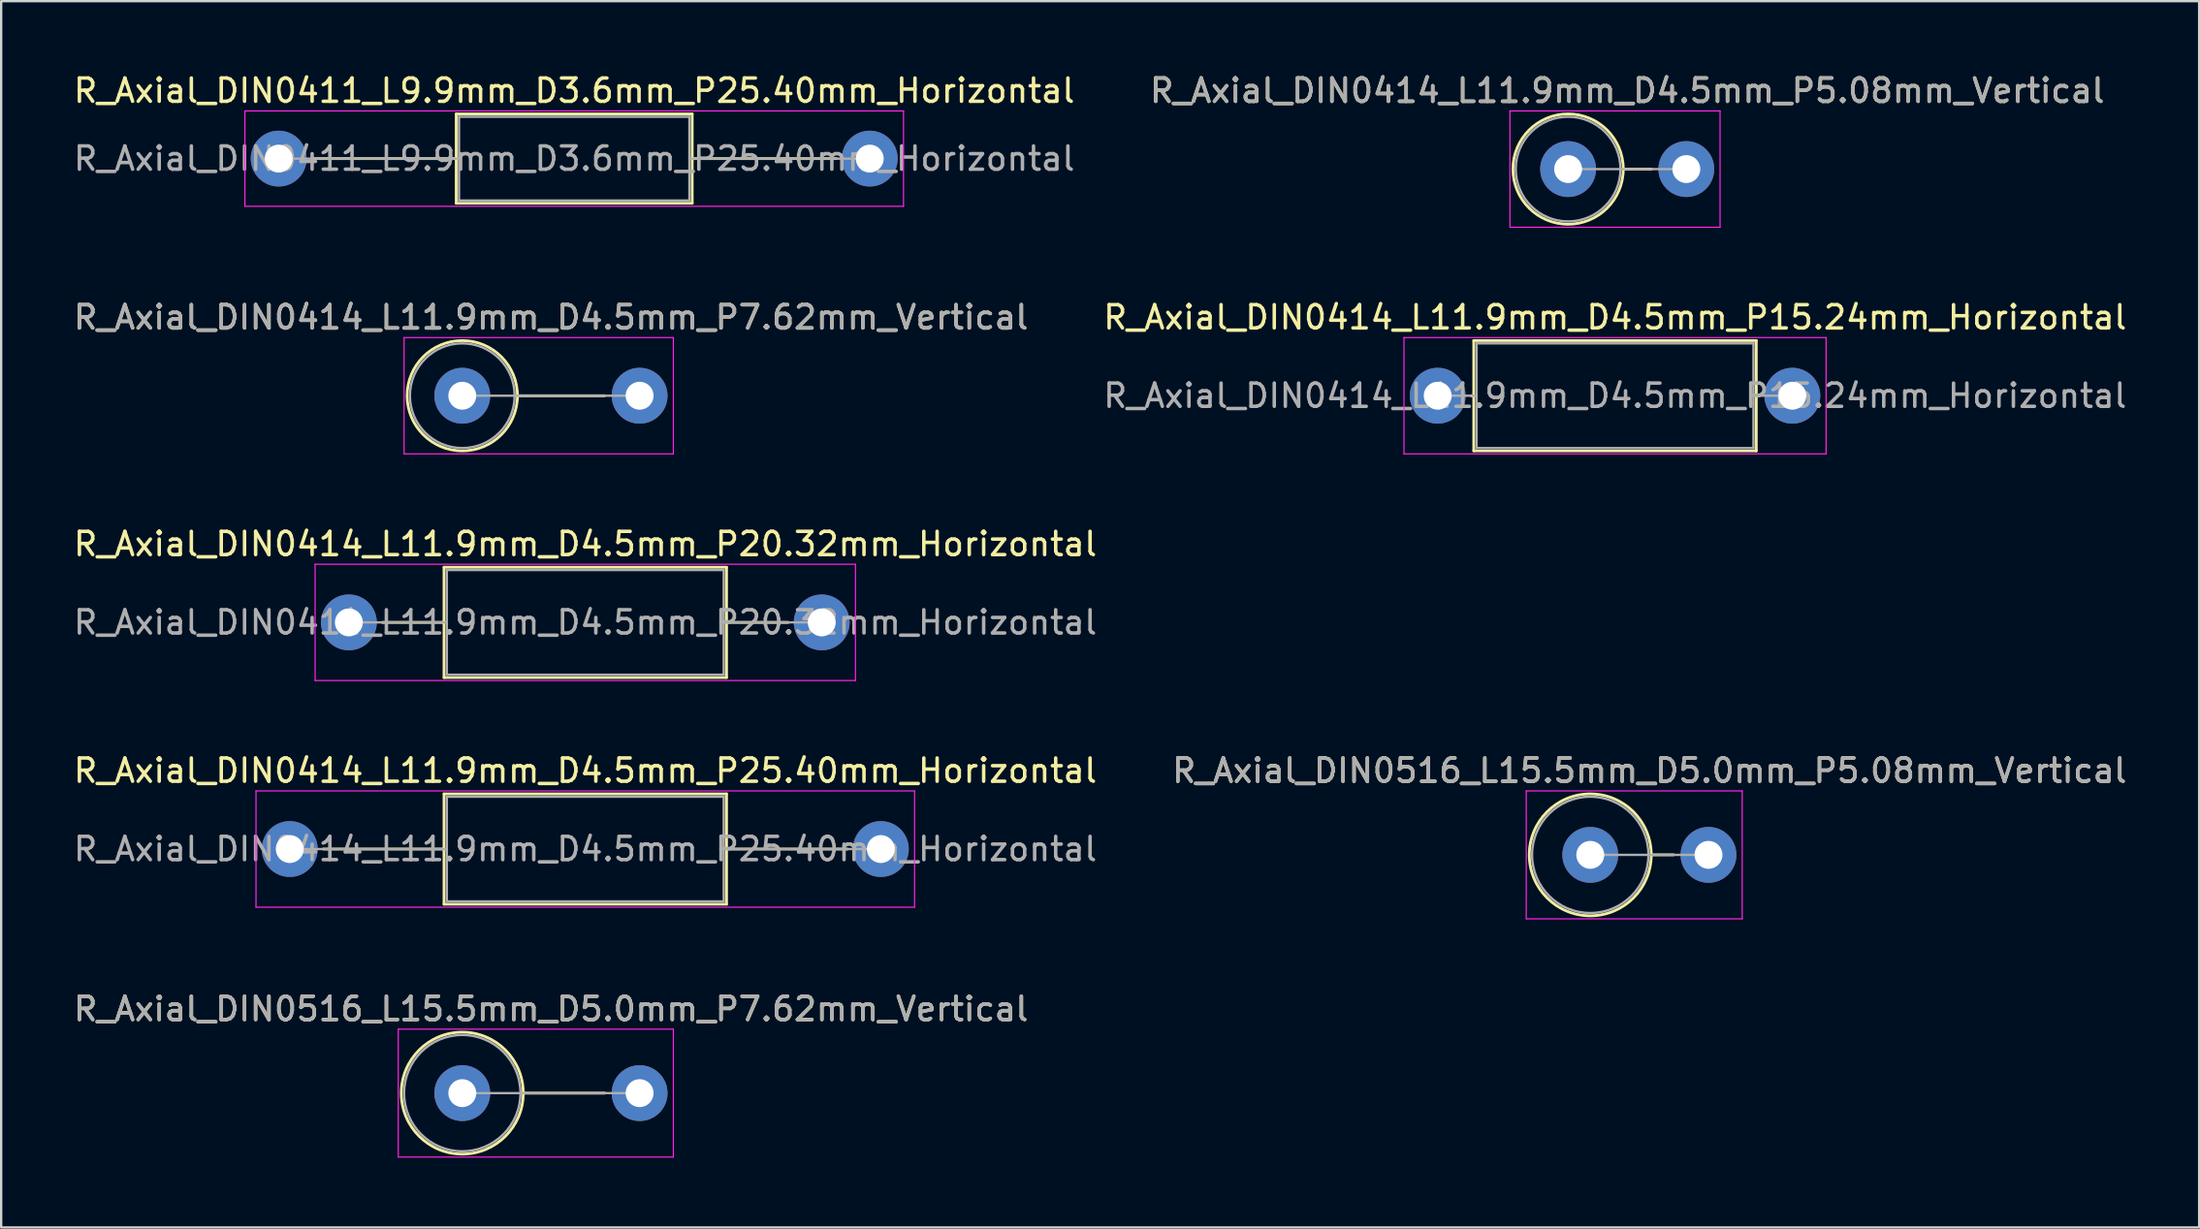
<source format=kicad_pcb>
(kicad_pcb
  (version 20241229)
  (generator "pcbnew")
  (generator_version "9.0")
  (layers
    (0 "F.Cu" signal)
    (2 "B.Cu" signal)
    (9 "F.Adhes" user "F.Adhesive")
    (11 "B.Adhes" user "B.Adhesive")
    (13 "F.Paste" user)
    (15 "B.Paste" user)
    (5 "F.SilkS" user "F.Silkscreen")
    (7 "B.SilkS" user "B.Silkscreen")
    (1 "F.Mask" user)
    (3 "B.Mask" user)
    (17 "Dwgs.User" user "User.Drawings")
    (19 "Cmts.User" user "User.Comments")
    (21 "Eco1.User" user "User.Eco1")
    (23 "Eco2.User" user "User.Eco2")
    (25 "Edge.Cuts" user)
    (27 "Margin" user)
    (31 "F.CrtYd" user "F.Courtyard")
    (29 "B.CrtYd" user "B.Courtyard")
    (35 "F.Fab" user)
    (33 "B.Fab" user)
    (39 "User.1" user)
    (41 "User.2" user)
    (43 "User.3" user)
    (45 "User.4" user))
  (footprint "R_Axial_DIN0516_L15.5mm_D5.0mm_P7.62mm_Vertical"
    (layer "F.Cu")
    (at 16.815 43.941)
    (property "Reference" "R_Axial_DIN0516_L15.5mm_D5.0mm_P7.62mm_Vertical" (at 3.81 -3.62 0) (layer "F.SilkS") (effects (font (size 1 1) (thickness 0.15))))
    (attr through_hole)
    (fp_line (start 2.62 0) (end 6.12 0) (stroke (width 0.12) (type solid)) (layer "F.SilkS"))
    (fp_circle (center 0 0) (end 2.62 0) (stroke (width 0.12) (type solid)) (fill no) (layer "F.SilkS"))
    (fp_line (start -2.75 -2.75) (end -2.75 2.75) (stroke (width 0.05) (type solid)) (layer "F.CrtYd"))
    (fp_line (start -2.75 2.75) (end 9.07 2.75) (stroke (width 0.05) (type solid)) (layer "F.CrtYd"))
    (fp_line (start 9.07 -2.75) (end -2.75 -2.75) (stroke (width 0.05) (type solid)) (layer "F.CrtYd"))
    (fp_line (start 9.07 2.75) (end 9.07 -2.75) (stroke (width 0.05) (type solid)) (layer "F.CrtYd"))
    (fp_line (start 0 0) (end 7.62 0) (stroke (width 0.1) (type solid)) (layer "F.Fab"))
    (fp_circle (center 0 0) (end 2.5 0) (stroke (width 0.1) (type solid)) (fill no) (layer "F.Fab"))
    (fp_text user "${REFERENCE}" (at 3.81 -3.62 0) (layer "F.Fab") (effects (font (size 1 1) (thickness 0.15))))
    (pad "1" thru_hole circle (at 0 0) (size 2.4 2.4) (drill 1.2) (layers "*.Cu" "*.Mask"))
    (pad "2" thru_hole oval (at 7.62 0) (size 2.4 2.4) (drill 1.2) (layers "*.Cu" "*.Mask")))
  (footprint "R_Axial_DIN0414_L11.9mm_D4.5mm_P25.40mm_Horizontal"
    (layer "F.Cu")
    (at 9.401 33.448)
    (property "Reference" "R_Axial_DIN0414_L11.9mm_D4.5mm_P25.40mm_Horizontal" (at 12.7 -3.37 0) (layer "F.SilkS") (effects (font (size 1 1) (thickness 0.15))))
    (attr through_hole)
    (fp_line (start 1.44 0) (end 6.63 0) (stroke (width 0.12) (type solid)) (layer "F.SilkS"))
    (fp_line (start 6.63 -2.37) (end 6.63 2.37) (stroke (width 0.12) (type solid)) (layer "F.SilkS"))
    (fp_line (start 6.63 2.37) (end 18.77 2.37) (stroke (width 0.12) (type solid)) (layer "F.SilkS"))
    (fp_line (start 18.77 -2.37) (end 6.63 -2.37) (stroke (width 0.12) (type solid)) (layer "F.SilkS"))
    (fp_line (start 18.77 2.37) (end 18.77 -2.37) (stroke (width 0.12) (type solid)) (layer "F.SilkS"))
    (fp_line (start 23.96 0) (end 18.77 0) (stroke (width 0.12) (type solid)) (layer "F.SilkS"))
    (fp_line (start -1.45 -2.5) (end -1.45 2.5) (stroke (width 0.05) (type solid)) (layer "F.CrtYd"))
    (fp_line (start -1.45 2.5) (end 26.85 2.5) (stroke (width 0.05) (type solid)) (layer "F.CrtYd"))
    (fp_line (start 26.85 -2.5) (end -1.45 -2.5) (stroke (width 0.05) (type solid)) (layer "F.CrtYd"))
    (fp_line (start 26.85 2.5) (end 26.85 -2.5) (stroke (width 0.05) (type solid)) (layer "F.CrtYd"))
    (fp_line (start 0 0) (end 6.75 0) (stroke (width 0.1) (type solid)) (layer "F.Fab"))
    (fp_line (start 6.75 -2.25) (end 6.75 2.25) (stroke (width 0.1) (type solid)) (layer "F.Fab"))
    (fp_line (start 6.75 2.25) (end 18.65 2.25) (stroke (width 0.1) (type solid)) (layer "F.Fab"))
    (fp_line (start 18.65 -2.25) (end 6.75 -2.25) (stroke (width 0.1) (type solid)) (layer "F.Fab"))
    (fp_line (start 18.65 2.25) (end 18.65 -2.25) (stroke (width 0.1) (type solid)) (layer "F.Fab"))
    (fp_line (start 25.4 0) (end 18.65 0) (stroke (width 0.1) (type solid)) (layer "F.Fab"))
    (fp_text user "${REFERENCE}" (at 12.7 0 0) (layer "F.Fab") (effects (font (size 1 1) (thickness 0.15))))
    (pad "1" thru_hole circle (at 0 0) (size 2.4 2.4) (drill 1.2) (layers "*.Cu" "*.Mask"))
    (pad "2" thru_hole oval (at 25.4 0) (size 2.4 2.4) (drill 1.2) (layers "*.Cu" "*.Mask")))
  (footprint "R_Axial_DIN0414_L11.9mm_D4.5mm_P5.08mm_Vertical"
    (layer "F.Cu")
    (at 64.335 4.218)
    (property "Reference" "R_Axial_DIN0414_L11.9mm_D4.5mm_P5.08mm_Vertical" (at 2.54 -3.37 0) (layer "F.SilkS") (effects (font (size 1 1) (thickness 0.15))))
    (attr through_hole)
    (fp_line (start 2.37 0) (end 3.58 0) (stroke (width 0.12) (type solid)) (layer "F.SilkS"))
    (fp_circle (center 0 0) (end 2.37 0) (stroke (width 0.12) (type solid)) (fill no) (layer "F.SilkS"))
    (fp_line (start -2.5 -2.5) (end -2.5 2.5) (stroke (width 0.05) (type solid)) (layer "F.CrtYd"))
    (fp_line (start -2.5 2.5) (end 6.53 2.5) (stroke (width 0.05) (type solid)) (layer "F.CrtYd"))
    (fp_line (start 6.53 -2.5) (end -2.5 -2.5) (stroke (width 0.05) (type solid)) (layer "F.CrtYd"))
    (fp_line (start 6.53 2.5) (end 6.53 -2.5) (stroke (width 0.05) (type solid)) (layer "F.CrtYd"))
    (fp_line (start 0 0) (end 5.08 0) (stroke (width 0.1) (type solid)) (layer "F.Fab"))
    (fp_circle (center 0 0) (end 2.25 0) (stroke (width 0.1) (type solid)) (fill no) (layer "F.Fab"))
    (fp_text user "${REFERENCE}" (at 2.54 -3.37 0) (layer "F.Fab") (effects (font (size 1 1) (thickness 0.15))))
    (pad "1" thru_hole circle (at 0 0) (size 2.4 2.4) (drill 1.2) (layers "*.Cu" "*.Mask"))
    (pad "2" thru_hole oval (at 5.08 0) (size 2.4 2.4) (drill 1.2) (layers "*.Cu" "*.Mask")))
  (footprint "R_Axial_DIN0414_L11.9mm_D4.5mm_P15.24mm_Horizontal"
    (layer "F.Cu")
    (at 58.731 13.961)
    (property "Reference" "R_Axial_DIN0414_L11.9mm_D4.5mm_P15.24mm_Horizontal" (at 7.62 -3.37 0) (layer "F.SilkS") (effects (font (size 1 1) (thickness 0.15))))
    (attr through_hole)
    (fp_line (start 1.44 0) (end 1.55 0) (stroke (width 0.12) (type solid)) (layer "F.SilkS"))
    (fp_line (start 1.55 -2.37) (end 1.55 2.37) (stroke (width 0.12) (type solid)) (layer "F.SilkS"))
    (fp_line (start 1.55 2.37) (end 13.69 2.37) (stroke (width 0.12) (type solid)) (layer "F.SilkS"))
    (fp_line (start 13.69 -2.37) (end 1.55 -2.37) (stroke (width 0.12) (type solid)) (layer "F.SilkS"))
    (fp_line (start 13.69 2.37) (end 13.69 -2.37) (stroke (width 0.12) (type solid)) (layer "F.SilkS"))
    (fp_line (start 13.8 0) (end 13.69 0) (stroke (width 0.12) (type solid)) (layer "F.SilkS"))
    (fp_line (start -1.45 -2.5) (end -1.45 2.5) (stroke (width 0.05) (type solid)) (layer "F.CrtYd"))
    (fp_line (start -1.45 2.5) (end 16.69 2.5) (stroke (width 0.05) (type solid)) (layer "F.CrtYd"))
    (fp_line (start 16.69 -2.5) (end -1.45 -2.5) (stroke (width 0.05) (type solid)) (layer "F.CrtYd"))
    (fp_line (start 16.69 2.5) (end 16.69 -2.5) (stroke (width 0.05) (type solid)) (layer "F.CrtYd"))
    (fp_line (start 0 0) (end 1.67 0) (stroke (width 0.1) (type solid)) (layer "F.Fab"))
    (fp_line (start 1.67 -2.25) (end 1.67 2.25) (stroke (width 0.1) (type solid)) (layer "F.Fab"))
    (fp_line (start 1.67 2.25) (end 13.57 2.25) (stroke (width 0.1) (type solid)) (layer "F.Fab"))
    (fp_line (start 13.57 -2.25) (end 1.67 -2.25) (stroke (width 0.1) (type solid)) (layer "F.Fab"))
    (fp_line (start 13.57 2.25) (end 13.57 -2.25) (stroke (width 0.1) (type solid)) (layer "F.Fab"))
    (fp_line (start 15.24 0) (end 13.57 0) (stroke (width 0.1) (type solid)) (layer "F.Fab"))
    (fp_text user "${REFERENCE}" (at 7.62 0 0) (layer "F.Fab") (effects (font (size 1 1) (thickness 0.15))))
    (pad "1" thru_hole circle (at 0 0) (size 2.4 2.4) (drill 1.2) (layers "*.Cu" "*.Mask"))
    (pad "2" thru_hole oval (at 15.24 0) (size 2.4 2.4) (drill 1.2) (layers "*.Cu" "*.Mask")))
  (footprint "R_Axial_DIN0414_L11.9mm_D4.5mm_P20.32mm_Horizontal"
    (layer "F.Cu")
    (at 11.941 23.705)
    (property "Reference" "R_Axial_DIN0414_L11.9mm_D4.5mm_P20.32mm_Horizontal" (at 10.16 -3.37 0) (layer "F.SilkS") (effects (font (size 1 1) (thickness 0.15))))
    (attr through_hole)
    (fp_line (start 1.44 0) (end 4.09 0) (stroke (width 0.12) (type solid)) (layer "F.SilkS"))
    (fp_line (start 4.09 -2.37) (end 4.09 2.37) (stroke (width 0.12) (type solid)) (layer "F.SilkS"))
    (fp_line (start 4.09 2.37) (end 16.23 2.37) (stroke (width 0.12) (type solid)) (layer "F.SilkS"))
    (fp_line (start 16.23 -2.37) (end 4.09 -2.37) (stroke (width 0.12) (type solid)) (layer "F.SilkS"))
    (fp_line (start 16.23 2.37) (end 16.23 -2.37) (stroke (width 0.12) (type solid)) (layer "F.SilkS"))
    (fp_line (start 18.88 0) (end 16.23 0) (stroke (width 0.12) (type solid)) (layer "F.SilkS"))
    (fp_line (start -1.45 -2.5) (end -1.45 2.5) (stroke (width 0.05) (type solid)) (layer "F.CrtYd"))
    (fp_line (start -1.45 2.5) (end 21.77 2.5) (stroke (width 0.05) (type solid)) (layer "F.CrtYd"))
    (fp_line (start 21.77 -2.5) (end -1.45 -2.5) (stroke (width 0.05) (type solid)) (layer "F.CrtYd"))
    (fp_line (start 21.77 2.5) (end 21.77 -2.5) (stroke (width 0.05) (type solid)) (layer "F.CrtYd"))
    (fp_line (start 0 0) (end 4.21 0) (stroke (width 0.1) (type solid)) (layer "F.Fab"))
    (fp_line (start 4.21 -2.25) (end 4.21 2.25) (stroke (width 0.1) (type solid)) (layer "F.Fab"))
    (fp_line (start 4.21 2.25) (end 16.11 2.25) (stroke (width 0.1) (type solid)) (layer "F.Fab"))
    (fp_line (start 16.11 -2.25) (end 4.21 -2.25) (stroke (width 0.1) (type solid)) (layer "F.Fab"))
    (fp_line (start 16.11 2.25) (end 16.11 -2.25) (stroke (width 0.1) (type solid)) (layer "F.Fab"))
    (fp_line (start 20.32 0) (end 16.11 0) (stroke (width 0.1) (type solid)) (layer "F.Fab"))
    (fp_text user "${REFERENCE}" (at 10.16 0 0) (layer "F.Fab") (effects (font (size 1 1) (thickness 0.15))))
    (pad "1" thru_hole circle (at 0 0) (size 2.4 2.4) (drill 1.2) (layers "*.Cu" "*.Mask"))
    (pad "2" thru_hole oval (at 20.32 0) (size 2.4 2.4) (drill 1.2) (layers "*.Cu" "*.Mask")))
  (footprint "R_Axial_DIN0411_L9.9mm_D3.6mm_P25.40mm_Horizontal"
    (layer "F.Cu")
    (at 8.925 3.768)
    (property "Reference" "R_Axial_DIN0411_L9.9mm_D3.6mm_P25.40mm_Horizontal" (at 12.7 -2.92 0) (layer "F.SilkS") (effects (font (size 1 1) (thickness 0.15))))
    (attr through_hole)
    (fp_line (start 1.44 0) (end 7.63 0) (stroke (width 0.12) (type solid)) (layer "F.SilkS"))
    (fp_line (start 7.63 -1.92) (end 7.63 1.92) (stroke (width 0.12) (type solid)) (layer "F.SilkS"))
    (fp_line (start 7.63 1.92) (end 17.77 1.92) (stroke (width 0.12) (type solid)) (layer "F.SilkS"))
    (fp_line (start 17.77 -1.92) (end 7.63 -1.92) (stroke (width 0.12) (type solid)) (layer "F.SilkS"))
    (fp_line (start 17.77 1.92) (end 17.77 -1.92) (stroke (width 0.12) (type solid)) (layer "F.SilkS"))
    (fp_line (start 23.96 0) (end 17.77 0) (stroke (width 0.12) (type solid)) (layer "F.SilkS"))
    (fp_line (start -1.45 -2.05) (end -1.45 2.05) (stroke (width 0.05) (type solid)) (layer "F.CrtYd"))
    (fp_line (start -1.45 2.05) (end 26.85 2.05) (stroke (width 0.05) (type solid)) (layer "F.CrtYd"))
    (fp_line (start 26.85 -2.05) (end -1.45 -2.05) (stroke (width 0.05) (type solid)) (layer "F.CrtYd"))
    (fp_line (start 26.85 2.05) (end 26.85 -2.05) (stroke (width 0.05) (type solid)) (layer "F.CrtYd"))
    (fp_line (start 0 0) (end 7.75 0) (stroke (width 0.1) (type solid)) (layer "F.Fab"))
    (fp_line (start 7.75 -1.8) (end 7.75 1.8) (stroke (width 0.1) (type solid)) (layer "F.Fab"))
    (fp_line (start 7.75 1.8) (end 17.65 1.8) (stroke (width 0.1) (type solid)) (layer "F.Fab"))
    (fp_line (start 17.65 -1.8) (end 7.75 -1.8) (stroke (width 0.1) (type solid)) (layer "F.Fab"))
    (fp_line (start 17.65 1.8) (end 17.65 -1.8) (stroke (width 0.1) (type solid)) (layer "F.Fab"))
    (fp_line (start 25.4 0) (end 17.65 0) (stroke (width 0.1) (type solid)) (layer "F.Fab"))
    (fp_text user "${REFERENCE}" (at 12.7 0 0) (layer "F.Fab") (effects (font (size 1 1) (thickness 0.15))))
    (pad "1" thru_hole circle (at 0 0) (size 2.4 2.4) (drill 1.2) (layers "*.Cu" "*.Mask"))
    (pad "2" thru_hole oval (at 25.4 0) (size 2.4 2.4) (drill 1.2) (layers "*.Cu" "*.Mask")))
  (footprint "R_Axial_DIN0414_L11.9mm_D4.5mm_P7.62mm_Vertical"
    (layer "F.Cu")
    (at 16.815 13.961)
    (property "Reference" "R_Axial_DIN0414_L11.9mm_D4.5mm_P7.62mm_Vertical" (at 3.81 -3.37 0) (layer "F.SilkS") (effects (font (size 1 1) (thickness 0.15))))
    (attr through_hole)
    (fp_line (start 2.37 0) (end 6.12 0) (stroke (width 0.12) (type solid)) (layer "F.SilkS"))
    (fp_circle (center 0 0) (end 2.37 0) (stroke (width 0.12) (type solid)) (fill no) (layer "F.SilkS"))
    (fp_line (start -2.5 -2.5) (end -2.5 2.5) (stroke (width 0.05) (type solid)) (layer "F.CrtYd"))
    (fp_line (start -2.5 2.5) (end 9.07 2.5) (stroke (width 0.05) (type solid)) (layer "F.CrtYd"))
    (fp_line (start 9.07 -2.5) (end -2.5 -2.5) (stroke (width 0.05) (type solid)) (layer "F.CrtYd"))
    (fp_line (start 9.07 2.5) (end 9.07 -2.5) (stroke (width 0.05) (type solid)) (layer "F.CrtYd"))
    (fp_line (start 0 0) (end 7.62 0) (stroke (width 0.1) (type solid)) (layer "F.Fab"))
    (fp_circle (center 0 0) (end 2.25 0) (stroke (width 0.1) (type solid)) (fill no) (layer "F.Fab"))
    (fp_text user "${REFERENCE}" (at 3.81 -3.37 0) (layer "F.Fab") (effects (font (size 1 1) (thickness 0.15))))
    (pad "1" thru_hole circle (at 0 0) (size 2.4 2.4) (drill 1.2) (layers "*.Cu" "*.Mask"))
    (pad "2" thru_hole oval (at 7.62 0) (size 2.4 2.4) (drill 1.2) (layers "*.Cu" "*.Mask")))
  (footprint "R_Axial_DIN0516_L15.5mm_D5.0mm_P5.08mm_Vertical"
    (layer "F.Cu")
    (at 65.287 33.698)
    (property "Reference" "R_Axial_DIN0516_L15.5mm_D5.0mm_P5.08mm_Vertical" (at 2.54 -3.62 0) (layer "F.SilkS") (effects (font (size 1 1) (thickness 0.15))))
    (attr through_hole)
    (fp_line (start 2.62 0) (end 3.58 0) (stroke (width 0.12) (type solid)) (layer "F.SilkS"))
    (fp_circle (center 0 0) (end 2.62 0) (stroke (width 0.12) (type solid)) (fill no) (layer "F.SilkS"))
    (fp_line (start -2.75 -2.75) (end -2.75 2.75) (stroke (width 0.05) (type solid)) (layer "F.CrtYd"))
    (fp_line (start -2.75 2.75) (end 6.53 2.75) (stroke (width 0.05) (type solid)) (layer "F.CrtYd"))
    (fp_line (start 6.53 -2.75) (end -2.75 -2.75) (stroke (width 0.05) (type solid)) (layer "F.CrtYd"))
    (fp_line (start 6.53 2.75) (end 6.53 -2.75) (stroke (width 0.05) (type solid)) (layer "F.CrtYd"))
    (fp_line (start 0 0) (end 5.08 0) (stroke (width 0.1) (type solid)) (layer "F.Fab"))
    (fp_circle (center 0 0) (end 2.5 0) (stroke (width 0.1) (type solid)) (fill no) (layer "F.Fab"))
    (fp_text user "${REFERENCE}" (at 2.54 -3.62 0) (layer "F.Fab") (effects (font (size 1 1) (thickness 0.15))))
    (pad "1" thru_hole circle (at 0 0) (size 2.4 2.4) (drill 1.2) (layers "*.Cu" "*.Mask"))
    (pad "2" thru_hole oval (at 5.08 0) (size 2.4 2.4) (drill 1.2) (layers "*.Cu" "*.Mask")))
  (gr_rect
    (start -3 -3)
    (end 91.452 49.716)
    (stroke (width 0.1) (type default))
    (fill no)
    (layer "Edge.Cuts")))
</source>
